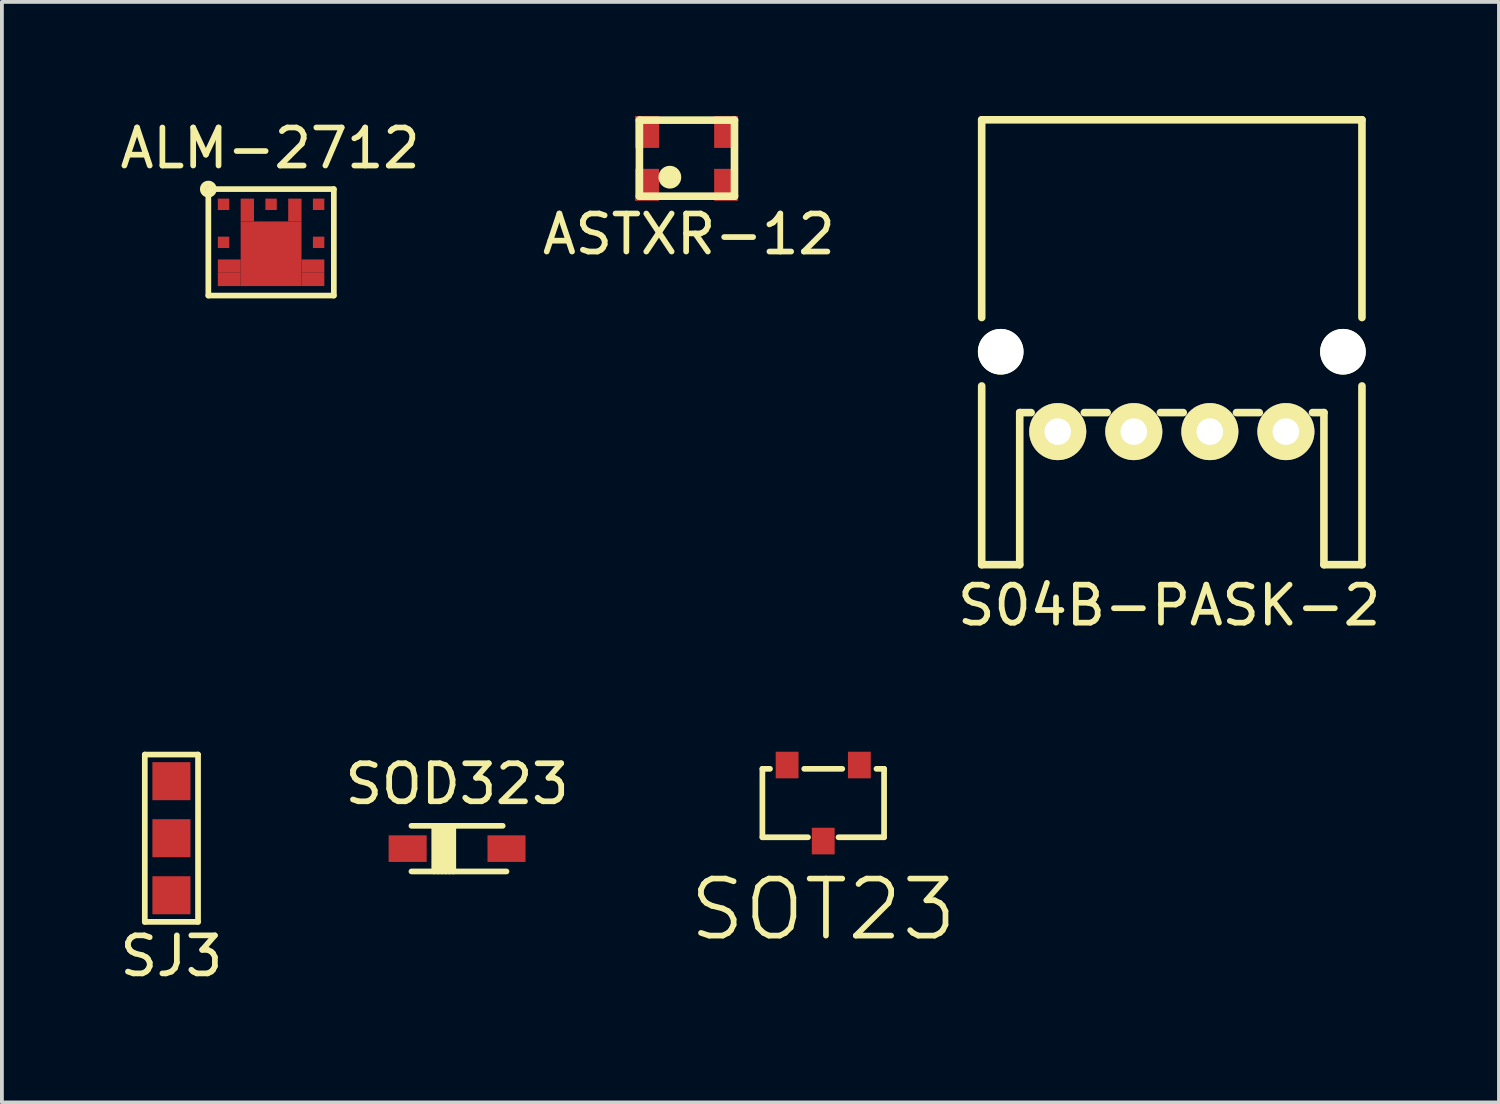
<source format=kicad_pcb>
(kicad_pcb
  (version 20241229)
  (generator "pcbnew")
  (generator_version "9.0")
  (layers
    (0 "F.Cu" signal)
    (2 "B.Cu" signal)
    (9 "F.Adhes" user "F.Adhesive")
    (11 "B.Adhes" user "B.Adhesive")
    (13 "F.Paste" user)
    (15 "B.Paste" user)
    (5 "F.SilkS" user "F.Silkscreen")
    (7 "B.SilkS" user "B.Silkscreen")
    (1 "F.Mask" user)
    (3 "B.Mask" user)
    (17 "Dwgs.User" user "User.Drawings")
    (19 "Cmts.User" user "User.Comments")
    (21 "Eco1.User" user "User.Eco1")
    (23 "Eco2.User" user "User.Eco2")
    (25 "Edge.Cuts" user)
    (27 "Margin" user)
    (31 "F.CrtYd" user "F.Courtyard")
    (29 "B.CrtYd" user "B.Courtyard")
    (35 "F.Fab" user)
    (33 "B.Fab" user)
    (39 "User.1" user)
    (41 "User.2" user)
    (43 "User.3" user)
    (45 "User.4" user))
  (footprint "SJ3"
    (layer "F.Cu")
    (at 1.458 18.993)
    (property "Reference" "SJ3" (at 0 3.1 0) (layer "F.SilkS") (effects (font (size 1 1) (thickness 0.15))))
    (attr through_hole)
    (fp_line (start -0.7 -2.2) (end 0.7 -2.2) (stroke (width 0.15) (type solid)) (layer "F.SilkS"))
    (fp_line (start -0.7 2.2) (end -0.7 -2.2) (stroke (width 0.15) (type solid)) (layer "F.SilkS"))
    (fp_line (start 0.7 -2.2) (end 0.7 2.2) (stroke (width 0.15) (type solid)) (layer "F.SilkS"))
    (fp_line (start 0.7 2.2) (end -0.7 2.2) (stroke (width 0.15) (type solid)) (layer "F.SilkS"))
    (pad "1" smd rect (at 0 -1.5) (size 1 1) (layers "F.Cu" "F.Mask"))
    (pad "2" smd rect (at 0 0) (size 1 1) (layers "F.Cu" "F.Mask"))
    (pad "3" smd rect (at 0 1.5) (size 1 1) (layers "F.Cu" "F.Mask")))
  (footprint "ALM-2712"
    (layer "F.Cu")
    (at 2.829 2.173)
    (property "Reference" "ALM-2712" (at 1.225 -1.325 0) (layer "F.SilkS") (effects (font (size 1 1) (thickness 0.15))))
    (attr through_hole)
    (fp_line (start -0.4 -0.25) (end 2.9 -0.25) (stroke (width 0.15) (type solid)) (layer "F.SilkS"))
    (fp_line (start -0.4 2.55) (end -0.4 -0.25) (stroke (width 0.15) (type solid)) (layer "F.SilkS"))
    (fp_line (start 2.9 -0.25) (end 2.9 2.55) (stroke (width 0.15) (type solid)) (layer "F.SilkS"))
    (fp_line (start 2.9 2.55) (end -0.4 2.55) (stroke (width 0.15) (type solid)) (layer "F.SilkS"))
    (fp_circle (center -0.4 -0.25) (end -0.275 -0.325) (stroke (width 0.15) (type solid)) (fill no) (layer "F.SilkS"))
    (pad "1" smd rect (at 0 0.15) (size 0.3 0.3) (layers "F.Cu" "F.Mask" "F.Paste"))
    (pad "2" smd rect (at 0 1.15) (size 0.3 0.3) (layers "F.Cu" "F.Mask" "F.Paste"))
    (pad "3" smd rect (at 0.15 1.775) (size 0.6 0.35) (layers "F.Cu" "F.Mask" "F.Paste"))
    (pad "4" smd rect (at 0.15 2.125) (size 0.6 0.35) (layers "F.Cu" "F.Mask" "F.Paste"))
    (pad "5" smd rect (at 1.25 1.45) (size 1.6 1.7) (layers "F.Cu" "F.Mask" "F.Paste"))
    (pad "6" smd rect (at 2.35 2.125) (size 0.6 0.35) (layers "F.Cu" "F.Mask" "F.Paste"))
    (pad "7" smd rect (at 2.35 1.775) (size 0.6 0.35) (layers "F.Cu" "F.Mask" "F.Paste"))
    (pad "8" smd rect (at 2.5 1.15) (size 0.3 0.3) (layers "F.Cu" "F.Mask" "F.Paste"))
    (pad "9" smd rect (at 2.5 0.15) (size 0.3 0.3) (layers "F.Cu" "F.Mask" "F.Paste"))
    (pad "10" smd rect (at 1.875 0.3) (size 0.35 0.6) (layers "F.Cu" "F.Mask" "F.Paste"))
    (pad "11" smd rect (at 1.25 0.15) (size 0.3 0.3) (layers "F.Cu" "F.Mask" "F.Paste"))
    (pad "12" smd rect (at 0.625 0.3) (size 0.35 0.6) (layers "F.Cu" "F.Mask" "F.Paste")))
  (footprint "SOD323"
    (layer "F.Cu")
    (at 7.77 19.267)
    (property "Reference" "SOD323" (at 1.2 -1.7 0) (layer "F.SilkS") (effects (font (size 1 1) (thickness 0.15))))
    (attr through_hole)
    (fp_line (start 0 -0.6) (end 2.4 -0.6) (stroke (width 0.15) (type solid)) (layer "F.SilkS"))
    (fp_line (start 0 0.6) (end 2.5 0.6) (stroke (width 0.15) (type solid)) (layer "F.SilkS"))
    (fp_line (start 0.6 0.6) (end 0.6 -0.6) (stroke (width 0.15) (type solid)) (layer "F.SilkS"))
    (fp_line (start 0.7 -0.6) (end 0.7 0.6) (stroke (width 0.15) (type solid)) (layer "F.SilkS"))
    (fp_line (start 0.8 0.6) (end 0.8 -0.6) (stroke (width 0.15) (type solid)) (layer "F.SilkS"))
    (fp_line (start 0.9 -0.6) (end 0.9 0.6) (stroke (width 0.15) (type solid)) (layer "F.SilkS"))
    (fp_line (start 1 0.6) (end 1 -0.6) (stroke (width 0.15) (type solid)) (layer "F.SilkS"))
    (fp_line (start 1.1 -0.6) (end 1.1 0.6) (stroke (width 0.15) (type solid)) (layer "F.SilkS"))
    (pad "1" smd rect (at 2.4 0) (size 1 0.7) (drill (offset 0.1 0)) (layers "F.Cu" "F.Mask" "F.Paste"))
    (pad "2" smd rect (at 0 0) (size 1 0.7) (drill (offset -0.1 0)) (layers "F.Cu" "F.Mask" "F.Paste")))
  (footprint "ASTXR-12"
    (layer "F.Cu")
    (at 13.965 1.81)
    (property "Reference" "ASTXR-12" (at 1.1 1.3 0) (layer "F.SilkS") (effects (font (size 1 1) (thickness 0.15))))
    (attr through_hole)
    (fp_line (start -0.2 -1.7) (end -0.2 0.3) (stroke (width 0.2) (type solid)) (layer "F.SilkS"))
    (fp_line (start -0.2 0.3) (end 2.3 0.3) (stroke (width 0.2) (type solid)) (layer "F.SilkS"))
    (fp_line (start 2.3 -1.7) (end -0.2 -1.7) (stroke (width 0.2) (type solid)) (layer "F.SilkS"))
    (fp_line (start 2.3 0.3) (end 2.3 -1.7) (stroke (width 0.2) (type solid)) (layer "F.SilkS"))
    (fp_circle (center 0.6 -0.2) (end 0.6 -0.4) (stroke (width 0.2) (type solid)) (fill no) (layer "F.SilkS"))
    (fp_circle (center 0.6 -0.2) (end 0.6 -0.3) (stroke (width 0.2) (type solid)) (fill no) (layer "F.SilkS"))
    (pad "1" smd rect (at 0 0) (size 0.63 0.84) (layers "F.Cu" "F.Mask" "F.Paste"))
    (pad "3" smd rect (at 2.08 0) (size 0.63 0.84) (layers "F.Cu" "F.Mask" "F.Paste"))
    (pad "4" smd rect (at 2.08 -1.39) (size 0.63 0.84) (layers "F.Cu" "F.Mask" "F.Paste"))
    (pad "6" smd rect (at 0 -1.39) (size 0.63 0.84) (layers "F.Cu" "F.Mask" "F.Paste")))
  (footprint "SOT23"
    (layer "F.Cu")
    (at 18.599 19.068)
    (property "Reference" "SOT23" (at 0 1.8 0) (layer "F.SilkS") (effects (font (size 1.5 1.5) (thickness 0.15))))
    (attr through_hole)
    (fp_line (start -1.6 -1.9) (end -1.6 -0.1) (stroke (width 0.15) (type solid)) (layer "F.SilkS"))
    (fp_line (start -1.6 -0.1) (end -0.4 -0.1) (stroke (width 0.15) (type solid)) (layer "F.SilkS"))
    (fp_line (start -1.4 -1.9) (end -1.6 -1.9) (stroke (width 0.15) (type solid)) (layer "F.SilkS"))
    (fp_line (start 0.4 -0.1) (end 1.6 -0.1) (stroke (width 0.15) (type solid)) (layer "F.SilkS"))
    (fp_line (start 0.5 -1.9) (end -0.5 -1.9) (stroke (width 0.15) (type solid)) (layer "F.SilkS"))
    (fp_line (start 1.6 -1.9) (end 1.4 -1.9) (stroke (width 0.15) (type solid)) (layer "F.SilkS"))
    (fp_line (start 1.6 -0.1) (end 1.6 -1.9) (stroke (width 0.15) (type solid)) (layer "F.SilkS"))
    (pad "1" smd rect (at -0.95 -2) (size 0.6 0.7) (layers "F.Cu" "F.Mask" "F.Paste"))
    (pad "2" smd rect (at 0.95 -2) (size 0.6 0.7) (layers "F.Cu" "F.Mask" "F.Paste"))
    (pad "3" smd rect (at 0 0) (size 0.6 0.7) (layers "F.Cu" "F.Mask" "F.Paste")))
  (footprint "S04B-PASK-2"
    (layer "F.Cu")
    (at 24.766 8.3)
    (property "Reference" "S04B-PASK-2" (at 2.93 4.57 0) (layer "F.SilkS") (effects (font (size 1 1) (thickness 0.15))))
    (attr through_hole)
    (fp_line (start -2 -8.2) (end -2 -3) (stroke (width 0.2) (type solid)) (layer "F.SilkS"))
    (fp_line (start -2 -1.2) (end -2 3.5) (stroke (width 0.2) (type solid)) (layer "F.SilkS"))
    (fp_line (start -2 3.5) (end -1 3.5) (stroke (width 0.2) (type solid)) (layer "F.SilkS"))
    (fp_line (start -1 -0.5) (end -0.7 -0.5) (stroke (width 0.2) (type solid)) (layer "F.SilkS"))
    (fp_line (start -1 3.5) (end -1 -0.5) (stroke (width 0.2) (type solid)) (layer "F.SilkS"))
    (fp_line (start 1.3 -0.5) (end 0.7 -0.5) (stroke (width 0.2) (type solid)) (layer "F.SilkS"))
    (fp_line (start 3.3 -0.5) (end 2.7 -0.5) (stroke (width 0.2) (type solid)) (layer "F.SilkS"))
    (fp_line (start 5.3 -0.5) (end 4.7 -0.5) (stroke (width 0.2) (type solid)) (layer "F.SilkS"))
    (fp_line (start 7 -0.5) (end 6.7 -0.5) (stroke (width 0.2) (type solid)) (layer "F.SilkS"))
    (fp_line (start 7 3.5) (end 7 -0.5) (stroke (width 0.2) (type solid)) (layer "F.SilkS"))
    (fp_line (start 8 -8.2) (end -2 -8.2) (stroke (width 0.2) (type solid)) (layer "F.SilkS"))
    (fp_line (start 8 -3) (end 8 -8.2) (stroke (width 0.2) (type solid)) (layer "F.SilkS"))
    (fp_line (start 8 3.5) (end 7 3.5) (stroke (width 0.2) (type solid)) (layer "F.SilkS"))
    (fp_line (start 8 3.5) (end 8 -1.2) (stroke (width 0.2) (type solid)) (layer "F.SilkS"))
    (pad "" np_thru_hole circle (at -1.5 -2.1) (size 1.2 1.2) (drill 1.2) (layers "*.Cu" "*.Mask" "F.SilkS"))
    (pad "" np_thru_hole circle (at 7.5 -2.1) (size 1.2 1.2) (drill 1.2) (layers "*.Cu" "*.Mask" "F.SilkS"))
    (pad "1" thru_hole circle (at 0 0) (size 1.5 1.5) (drill 0.7) (layers "*.Cu" "*.Mask" "F.SilkS"))
    (pad "2" thru_hole circle (at 2 0) (size 1.5 1.5) (drill 0.7) (layers "*.Cu" "*.Mask" "F.SilkS"))
    (pad "3" thru_hole circle (at 4 0) (size 1.5 1.5) (drill 0.7) (layers "*.Cu" "*.Mask" "F.SilkS"))
    (pad "4" thru_hole circle (at 6 0) (size 1.5 1.5) (drill 0.7) (layers "*.Cu" "*.Mask" "F.SilkS")))
  (gr_rect
    (start -3 -3)
    (end 36.369 25.942)
    (stroke (width 0.1) (type default))
    (fill no)
    (layer "Edge.Cuts")))
</source>
